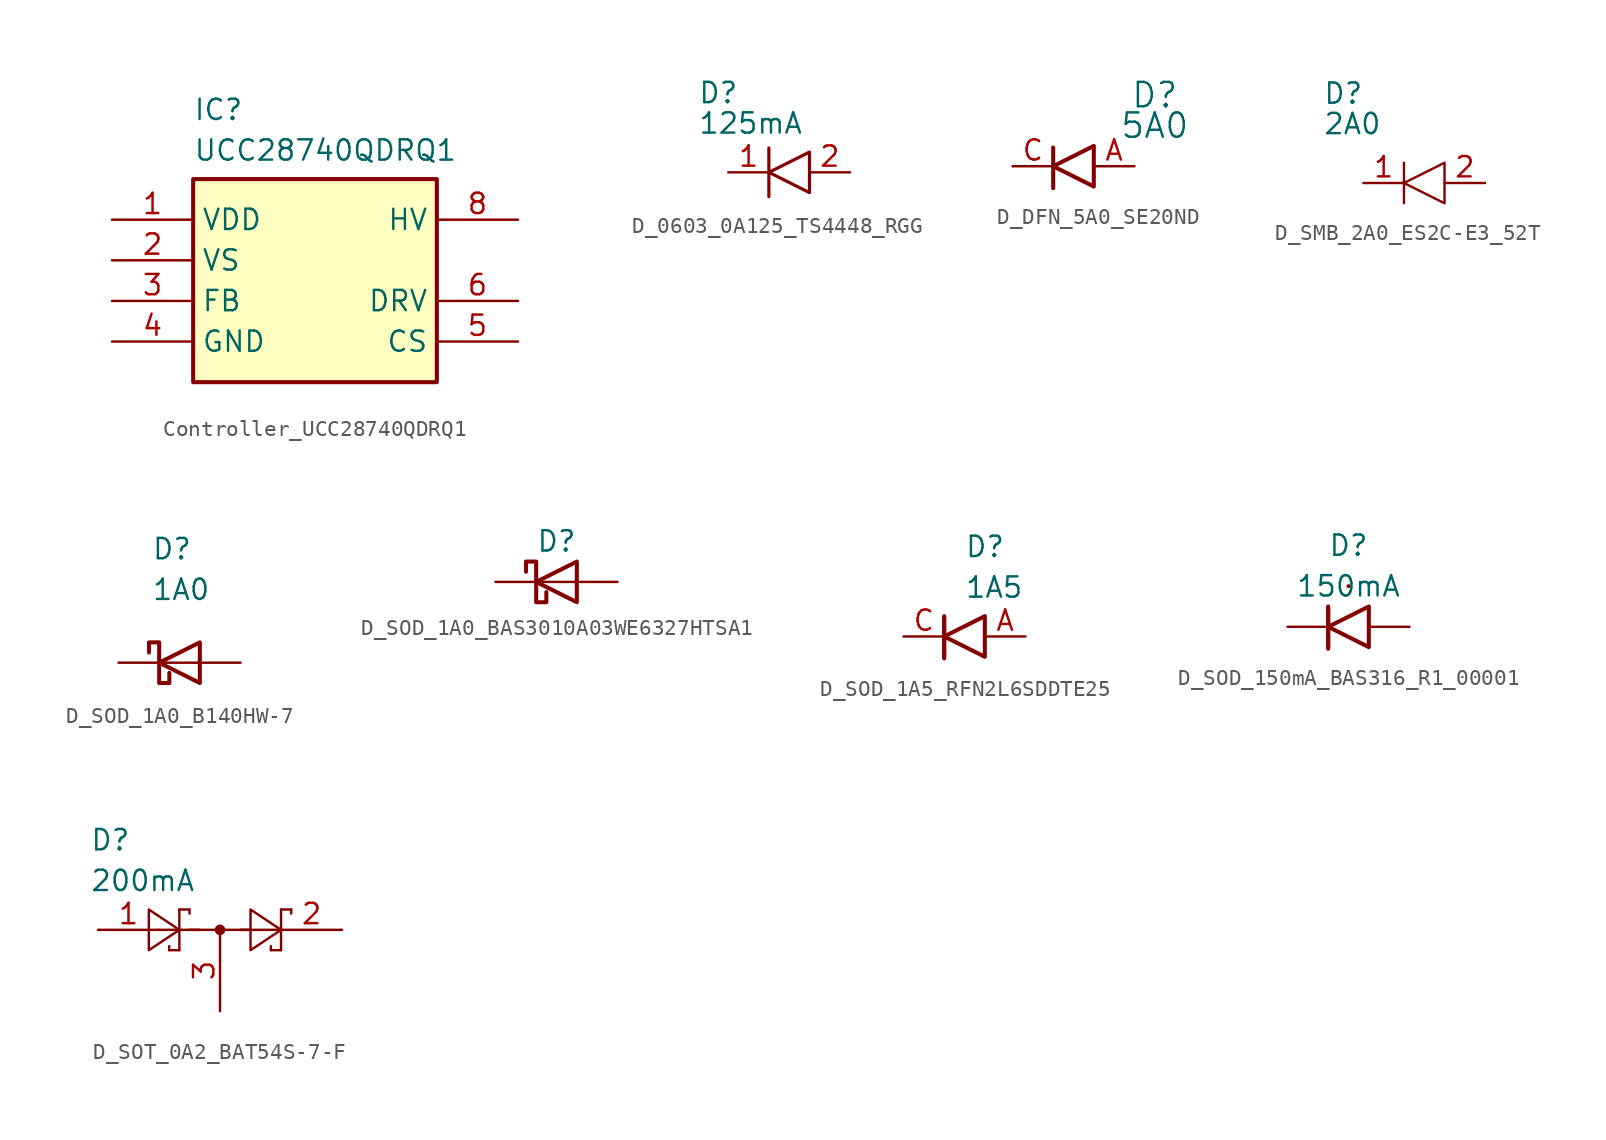
<source format=kicad_sym>
(kicad_symbol_lib
  (version 20220914)
  (generator kicad_symbol_editor)
  (symbol "Controller_UCC28740QDRQ1"
    (property "Reference" "IC"
      (at -7.62 11.43 0)
      (effects (font (size 1.27 1.27)) (justify left top)))
    (property "Value" "UCC28740QDRQ1"
      (at -7.62 8.89 0)
      (effects (font (size 1.27 1.27)) (justify left top)))
    (symbol "Controller_UCC28740QDRQ1_1_1"
      (rectangle (start -7.62 6.35) (end 7.62 -6.35) (stroke (width 0.254) (type default)) (fill (type background)))
      (pin passive line (at -12.7 3.81 0) (length 5.08) (name "VDD" (effects (font (size 1.27 1.27)))) (number "1" (effects (font (size 1.27 1.27)))))
      (pin passive line (at -12.7 1.27 0) (length 5.08) (name "VS" (effects (font (size 1.27 1.27)))) (number "2" (effects (font (size 1.27 1.27)))))
      (pin passive line (at -12.7 -1.27 0) (length 5.08) (name "FB" (effects (font (size 1.27 1.27)))) (number "3" (effects (font (size 1.27 1.27)))))
      (pin passive line (at -12.7 -3.81 0) (length 5.08) (name "GND" (effects (font (size 1.27 1.27)))) (number "4" (effects (font (size 1.27 1.27)))))
      (pin passive line (at 12.7 -3.81 180) (length 5.08) (name "CS" (effects (font (size 1.27 1.27)))) (number "5" (effects (font (size 1.27 1.27)))))
      (pin passive line (at 12.7 -1.27 180) (length 5.08) (name "DRV" (effects (font (size 1.27 1.27)))) (number "6" (effects (font (size 1.27 1.27)))))
      (pin passive line (at 12.7 3.81 180) (length 5.08) (name "HV" (effects (font (size 1.27 1.27)))) (number "8" (effects (font (size 1.27 1.27)))))))
  (symbol "D_0603_0A125_TS4448_RGG"
    (pin_names hide)
    (property "Reference" "D"
      (at -5.715 5.715 0)
      (effects (font (size 1.27 1.27)) (justify left top)))
    (property "Value" "125mA"
      (at -5.715 3.81 0)
      (effects (font (size 1.27 1.27)) (justify left top)))
    (symbol "D_0603_0A125_TS4448_RGG_1_1"
      (polyline (pts (xy -1.27 1.524) (xy -1.27 -1.524)) (stroke (width 0.2) (type default)) (fill (type none)))
      (polyline (pts (xy -1.27 0) (xy 1.27 1.27) (xy 1.27 -1.27) (xy -1.27 0)) (stroke (width 0.2) (type default)) (fill (type none)))
      (pin passive line (at -3.81 0 0) (length 2.54) (name "K" (effects (font (size 1.27 1.27)))) (number "1" (effects (font (size 1.27 1.27)))))
      (pin passive line (at 3.81 0 180) (length 2.54) (name "A" (effects (font (size 1.27 1.27)))) (number "2" (effects (font (size 1.27 1.27)))))))
  (symbol "D_DFN_5A0_SE20ND"
    (pin_names
      (offset 0.254) hide)
    (property "Reference" "D"
      (at 5.08 4.445 0)
      (effects (font (size 1.524 1.524))))
    (property "Value" "5A0"
      (at 5.08 2.54 0)
      (effects (font (size 1.524 1.524))))
    (symbol "D_DFN_5A0_SE20ND_1_1"
      (polyline (pts (xy -1.27 1.168) (xy -1.27 -1.372) (xy -1.27 -1.27)) (stroke (width 0.254) (type default)) (fill (type none)))
      (polyline (pts (xy 1.27 -1.27) (xy 1.27 1.27) (xy -1.27 0) (xy 1.27 -1.27)) (stroke (width 0.254) (type default)) (fill (type none)))
      (pin passive line (at 3.81 0 180) (length 2.54) (name "A" (effects (font (size 1.27 1.27)))) (number "A" (effects (font (size 1.27 1.27)))))
      (pin passive line (at -3.81 0 0) (length 2.54) (name "C" (effects (font (size 1.27 1.27)))) (number "C" (effects (font (size 1.27 1.27)))))))
  (symbol "D_SMB_2A0_ES2C-E3_52T"
    (pin_names hide)
    (property "Reference" "D"
      (at -6.35 6.35 0)
      (effects (font (size 1.27 1.27)) (justify left top)))
    (property "Value" "2A0"
      (at -6.35 4.445 0)
      (effects (font (size 1.27 1.27)) (justify left top)))
    (symbol "D_SMB_2A0_ES2C-E3_52T_1_1"
      (polyline (pts (xy -1.27 1.27) (xy -1.27 -1.27)) (stroke (width 0.15) (type default)) (fill (type none)))
      (polyline (pts (xy -1.27 0) (xy 1.27 1.27) (xy 1.27 -1.27) (xy -1.27 0)) (stroke (width 0.15) (type default)) (fill (type none)))
      (pin passive line (at -3.81 0 0) (length 2.54) (name "K" (effects (font (size 1.27 1.27)))) (number "1" (effects (font (size 1.27 1.27)))))
      (pin passive line (at 3.81 0 180) (length 2.54) (name "A" (effects (font (size 1.27 1.27)))) (number "2" (effects (font (size 1.27 1.27)))))))
  (symbol "D_SOD_1A0_B140HW-7"
    (pin_numbers hide)
    (pin_names hide)
    (property "Reference" "D"
      (at -1.753 7.849 0)
      (effects (font (size 1.27 1.27)) (justify left top)))
    (property "Value" "1A0"
      (at -1.753 5.309 0)
      (effects (font (size 1.27 1.27)) (justify left top)))
    (symbol "D_SOD_1A0_B140HW-7_1_1"
      (polyline (pts (xy 1.27 0) (xy -1.27 0)) (stroke (width 0) (type default)) (fill (type none)))
      (polyline (pts (xy 1.27 1.27) (xy 1.27 -1.27) (xy -1.27 0) (xy 1.27 1.27)) (stroke (width 0.254) (type default)) (fill (type none)))
      (polyline (pts (xy -1.905 0.635) (xy -1.905 1.27) (xy -1.27 1.27) (xy -1.27 -1.27) (xy -0.635 -1.27) (xy -0.635 -0.635)) (stroke (width 0.254) (type default)) (fill (type none)))
      (pin passive line (at 3.81 0 180) (length 2.54) (name "A" (effects (font (size 1.27 1.27)))) (number "A" (effects (font (size 1.27 1.27)))))
      (pin passive line (at -3.81 0 0) (length 2.54) (name "C" (effects (font (size 1.27 1.27)))) (number "C" (effects (font (size 1.27 1.27)))))))
  (symbol "D_SOD_1A0_BAS3010A03WE6327HTSA1"
    (pin_numbers hide)
    (pin_names
      (offset 1.016) hide)
    (property "Reference" "D"
      (at 0 2.54 0)
      (effects (font (size 1.27 1.27))))
    (symbol "D_SOD_1A0_BAS3010A03WE6327HTSA1_1_1"
      (polyline (pts (xy 1.27 0) (xy -1.27 0)) (stroke (width 0) (type default)) (fill (type none)))
      (polyline (pts (xy 1.27 1.27) (xy 1.27 -1.27) (xy -1.27 0) (xy 1.27 1.27)) (stroke (width 0.254) (type default)) (fill (type none)))
      (polyline (pts (xy -1.905 0.635) (xy -1.905 1.27) (xy -1.27 1.27) (xy -1.27 -1.27) (xy -0.635 -1.27) (xy -0.635 -0.635)) (stroke (width 0.254) (type default)) (fill (type none)))
      (pin power_in line (at 3.81 0 180) (length 2.54) (name "A" (effects (font (size 1.27 1.27)))) (number "A" (effects (font (size 1.27 1.27)))))
      (pin passive line (at -3.81 0 0) (length 2.54) (name "C" (effects (font (size 1.27 1.27)))) (number "C" (effects (font (size 1.27 1.27)))))))
  (symbol "D_SOD_1A5_RFN2L6SDDTE25"
    (pin_names hide)
    (property "Reference" "D"
      (at 0 6.35 0)
      (effects (font (size 1.27 1.27)) (justify left top)))
    (property "Value" "1A5"
      (at 0 3.81 0)
      (effects (font (size 1.27 1.27)) (justify left top)))
    (symbol "D_SOD_1A5_RFN2L6SDDTE25_1_1"
      (polyline (pts (xy -1.27 -1.27) (xy -1.27 1.27)) (stroke (width 0.254) (type default)) (fill (type none)))
      (polyline (pts (xy -1.27 1.168) (xy -1.27 -1.372) (xy -1.27 -1.27)) (stroke (width 0.254) (type default)) (fill (type none)))
      (polyline (pts (xy 1.27 -1.27) (xy 1.27 1.27) (xy -1.27 0) (xy 1.27 -1.27)) (stroke (width 0.254) (type default)) (fill (type none)))
      (pin passive line (at 3.81 0 180) (length 2.54) (name "A" (effects (font (size 1.27 1.27)))) (number "A" (effects (font (size 1.27 1.27)))))
      (pin passive line (at -3.81 0 0) (length 2.54) (name "C" (effects (font (size 1.27 1.27)))) (number "C" (effects (font (size 1.27 1.27)))))))
  (symbol "D_SOD_150mA_BAS316_R1_00001"
    (pin_numbers hide)
    (pin_names
      (offset 1.016) hide)
    (property "Reference" "D"
      (at 0 5.08 0)
      (effects (font (size 1.27 1.27))))
    (property "Value" "150mA"
      (at 0 2.54 0)
      (effects (font (size 1.27 1.27))))
    (symbol "D_SOD_150mA_BAS316_R1_00001_1_1"
      (polyline (pts (xy -1.27 -1.27) (xy -1.27 1.27)) (stroke (width 0.254) (type default)) (fill (type none)))
      (polyline (pts (xy 0 2.54) (xy 0 2.54)) (stroke (width 0.254) (type default)) (fill (type none)))
      (polyline (pts (xy -1.27 1.168) (xy -1.27 -1.372) (xy -1.27 -1.27)) (stroke (width 0.254) (type default)) (fill (type none)))
      (polyline (pts (xy 1.27 -1.27) (xy 1.27 1.27) (xy -1.27 0) (xy 1.27 -1.27)) (stroke (width 0.254) (type default)) (fill (type none)))
      (pin passive line (at 3.81 0 180) (length 2.54) (name "A" (effects (font (size 1.27 1.27)))) (number "A" (effects (font (size 1.27 1.27)))))
      (pin passive line (at -3.81 0 0) (length 2.54) (name "C" (effects (font (size 1.27 1.27)))) (number "C" (effects (font (size 1.27 1.27)))))))
  (symbol "D_SOT_0A2_BAT54S-7-F"
    (property "Reference" "D"
      (at -8.128 6.35 0)
      (effects (font (size 1.27 1.27)) (justify left top)))
    (property "Value" "200mA"
      (at -8.128 3.81 0)
      (effects (font (size 1.27 1.27)) (justify left top)))
    (symbol "D_SOT_0A2_BAT54S-7-F_0_1"
      (polyline (pts (xy -3.81 0) (xy -1.27 0)) (stroke (width 0) (type default)) (fill (type none)))
      (polyline (pts (xy -3.175 -1.27) (xy -3.175 -1.016)) (stroke (width 0) (type default)) (fill (type none)))
      (polyline (pts (xy -2.54 -1.27) (xy -3.175 -1.27)) (stroke (width 0) (type default)) (fill (type none)))
      (polyline (pts (xy -2.54 -1.27) (xy -2.54 1.27)) (stroke (width 0) (type default)) (fill (type none)))
      (polyline (pts (xy -2.54 1.27) (xy -1.905 1.27)) (stroke (width 0) (type default)) (fill (type none)))
      (polyline (pts (xy -1.905 0) (xy 1.905 0)) (stroke (width 0) (type default)) (fill (type none)))
      (polyline (pts (xy -1.905 1.27) (xy -1.905 1.016)) (stroke (width 0) (type default)) (fill (type none)))
      (polyline (pts (xy 1.27 0) (xy 3.81 0)) (stroke (width 0) (type default)) (fill (type none)))
      (polyline (pts (xy 3.175 -1.27) (xy 3.175 -1.016)) (stroke (width 0) (type default)) (fill (type none)))
      (polyline (pts (xy 3.81 -1.27) (xy 3.175 -1.27)) (stroke (width 0) (type default)) (fill (type none)))
      (polyline (pts (xy 3.81 -1.27) (xy 3.81 1.27)) (stroke (width 0) (type default)) (fill (type none)))
      (polyline (pts (xy 3.81 1.27) (xy 4.445 1.27)) (stroke (width 0) (type default)) (fill (type none)))
      (polyline (pts (xy 4.445 1.27) (xy 4.445 1.016)) (stroke (width 0) (type default)) (fill (type none)))
      (polyline (pts (xy -4.445 1.27) (xy -4.445 -1.27) (xy -2.54 0) (xy -4.445 1.27)) (stroke (width 0) (type default)) (fill (type none)))
      (polyline (pts (xy 1.905 1.27) (xy 1.905 -1.27) (xy 3.81 0) (xy 1.905 1.27)) (stroke (width 0) (type default)) (fill (type none)))
      (circle (center 0 0) (radius 0.254) (stroke (width 0) (type default)) (fill (type outline))))
    (symbol "D_SOT_0A2_BAT54S-7-F_1_1"
      (pin passive line (at -7.62 0 0) (length 3.81) (name "" (effects (font (size 1.27 1.27)))) (number "1" (effects (font (size 1.27 1.27)))))
      (pin passive line (at 7.62 0 180) (length 3.81) (name "" (effects (font (size 1.27 1.27)))) (number "2" (effects (font (size 1.27 1.27)))))
      (pin passive line (at 0 -5.08 90) (length 5.08) (name "" (effects (font (size 1.27 1.27)))) (number "3" (effects (font (size 1.27 1.27))))))))
</source>
